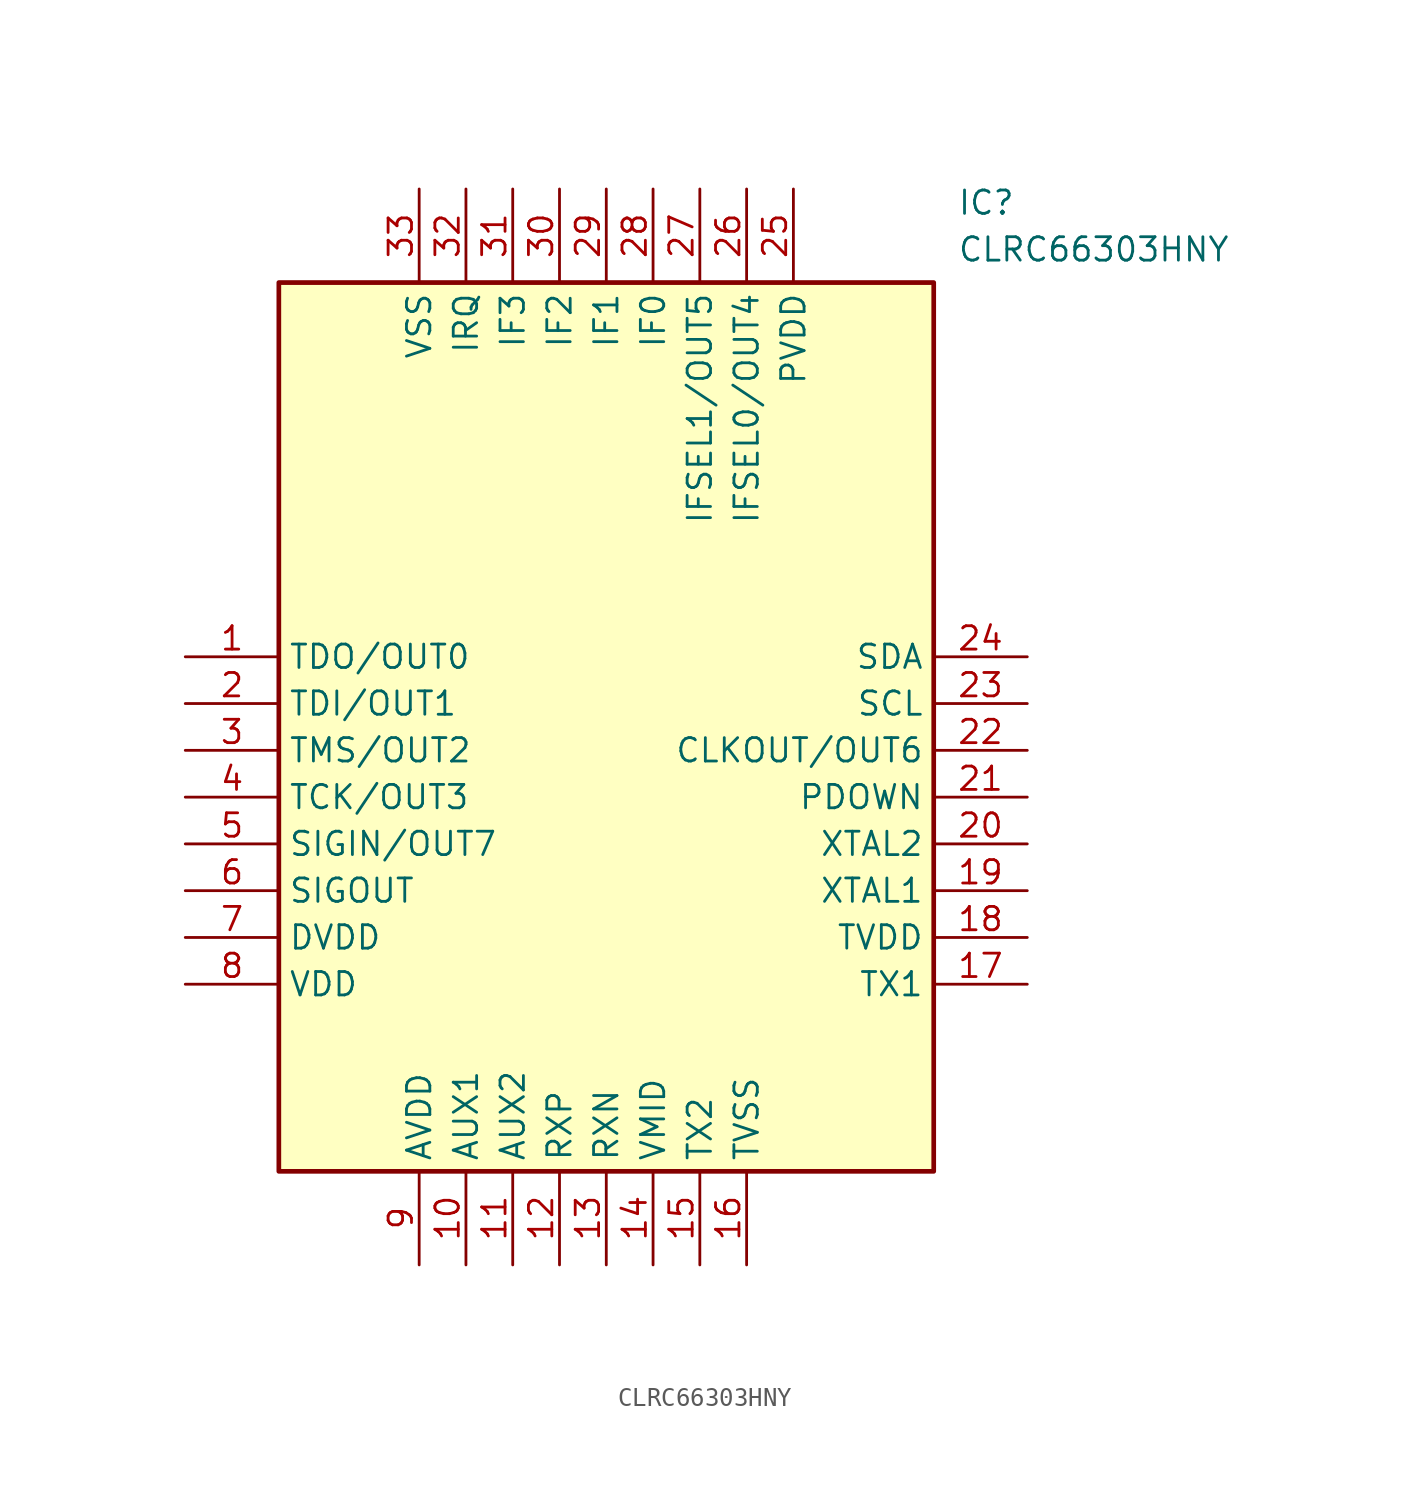
<source format=kicad_sym>
(kicad_symbol_lib
  (version 20211014)
  (generator SamacSys_ECAD_Model)
  (symbol "CLRC66303HNY"
    (property "Reference" "IC"
      (at 41.91 25.4 0)
      (effects (font (size 1.27 1.27)) (justify left top)))
    (property "Value" "CLRC66303HNY"
      (at 41.91 22.86 0)
      (effects (font (size 1.27 1.27)) (justify left top)))
    (rectangle
      (start 5.08 20.32)
      (end 40.64 -27.94)
      (stroke (width 0.254) (type default))
      (fill (type background)))
    (pin output line
      (at 0 0 0)
      (length 5.08)
      (name "TDO/OUT0" (effects (font (size 1.27 1.27))))
      (number "1" (effects (font (size 1.27 1.27)))))
    (pin input line
      (at 0 -2.54 0)
      (length 5.08)
      (name "TDI/OUT1" (effects (font (size 1.27 1.27))))
      (number "2" (effects (font (size 1.27 1.27)))))
    (pin input line
      (at 0 -5.08 0)
      (length 5.08)
      (name "TMS/OUT2" (effects (font (size 1.27 1.27))))
      (number "3" (effects (font (size 1.27 1.27)))))
    (pin input line
      (at 0 -7.62 0)
      (length 5.08)
      (name "TCK/OUT3" (effects (font (size 1.27 1.27))))
      (number "4" (effects (font (size 1.27 1.27)))))
    (pin bidirectional line
      (at 0 -10.16 0)
      (length 5.08)
      (name "SIGIN/OUT7" (effects (font (size 1.27 1.27))))
      (number "5" (effects (font (size 1.27 1.27)))))
    (pin output line
      (at 0 -12.7 0)
      (length 5.08)
      (name "SIGOUT" (effects (font (size 1.27 1.27))))
      (number "6" (effects (font (size 1.27 1.27)))))
    (pin power_in line
      (at 0 -15.24 0)
      (length 5.08)
      (name "DVDD" (effects (font (size 1.27 1.27))))
      (number "7" (effects (font (size 1.27 1.27)))))
    (pin power_in line
      (at 0 -17.78 0)
      (length 5.08)
      (name "VDD" (effects (font (size 1.27 1.27))))
      (number "8" (effects (font (size 1.27 1.27)))))
    (pin power_in line
      (at 12.7 -33.02 90)
      (length 5.08)
      (name "AVDD" (effects (font (size 1.27 1.27))))
      (number "9" (effects (font (size 1.27 1.27)))))
    (pin output line
      (at 15.24 -33.02 90)
      (length 5.08)
      (name "AUX1" (effects (font (size 1.27 1.27))))
      (number "10" (effects (font (size 1.27 1.27)))))
    (pin output line
      (at 17.78 -33.02 90)
      (length 5.08)
      (name "AUX2" (effects (font (size 1.27 1.27))))
      (number "11" (effects (font (size 1.27 1.27)))))
    (pin input line
      (at 20.32 -33.02 90)
      (length 5.08)
      (name "RXP" (effects (font (size 1.27 1.27))))
      (number "12" (effects (font (size 1.27 1.27)))))
    (pin input line
      (at 22.86 -33.02 90)
      (length 5.08)
      (name "RXN" (effects (font (size 1.27 1.27))))
      (number "13" (effects (font (size 1.27 1.27)))))
    (pin power_in line
      (at 25.4 -33.02 90)
      (length 5.08)
      (name "VMID" (effects (font (size 1.27 1.27))))
      (number "14" (effects (font (size 1.27 1.27)))))
    (pin output line
      (at 27.94 -33.02 90)
      (length 5.08)
      (name "TX2" (effects (font (size 1.27 1.27))))
      (number "15" (effects (font (size 1.27 1.27)))))
    (pin power_in line
      (at 30.48 -33.02 90)
      (length 5.08)
      (name "TVSS" (effects (font (size 1.27 1.27))))
      (number "16" (effects (font (size 1.27 1.27)))))
    (pin bidirectional line
      (at 45.72 0 180)
      (length 5.08)
      (name "SDA" (effects (font (size 1.27 1.27))))
      (number "24" (effects (font (size 1.27 1.27)))))
    (pin output line
      (at 45.72 -2.54 180)
      (length 5.08)
      (name "SCL" (effects (font (size 1.27 1.27))))
      (number "23" (effects (font (size 1.27 1.27)))))
    (pin output line
      (at 45.72 -5.08 180)
      (length 5.08)
      (name "CLKOUT/OUT6" (effects (font (size 1.27 1.27))))
      (number "22" (effects (font (size 1.27 1.27)))))
    (pin input line
      (at 45.72 -7.62 180)
      (length 5.08)
      (name "PDOWN" (effects (font (size 1.27 1.27))))
      (number "21" (effects (font (size 1.27 1.27)))))
    (pin input line
      (at 45.72 -10.16 180)
      (length 5.08)
      (name "XTAL2" (effects (font (size 1.27 1.27))))
      (number "20" (effects (font (size 1.27 1.27)))))
    (pin input line
      (at 45.72 -12.7 180)
      (length 5.08)
      (name "XTAL1" (effects (font (size 1.27 1.27))))
      (number "19" (effects (font (size 1.27 1.27)))))
    (pin power_in line
      (at 45.72 -15.24 180)
      (length 5.08)
      (name "TVDD" (effects (font (size 1.27 1.27))))
      (number "18" (effects (font (size 1.27 1.27)))))
    (pin output line
      (at 45.72 -17.78 180)
      (length 5.08)
      (name "TX1" (effects (font (size 1.27 1.27))))
      (number "17" (effects (font (size 1.27 1.27)))))
    (pin power_in line
      (at 12.7 25.4 270)
      (length 5.08)
      (name "VSS" (effects (font (size 1.27 1.27))))
      (number "33" (effects (font (size 1.27 1.27)))))
    (pin output line
      (at 15.24 25.4 270)
      (length 5.08)
      (name "IRQ" (effects (font (size 1.27 1.27))))
      (number "32" (effects (font (size 1.27 1.27)))))
    (pin bidirectional line
      (at 17.78 25.4 270)
      (length 5.08)
      (name "IF3" (effects (font (size 1.27 1.27))))
      (number "31" (effects (font (size 1.27 1.27)))))
    (pin bidirectional line
      (at 20.32 25.4 270)
      (length 5.08)
      (name "IF2" (effects (font (size 1.27 1.27))))
      (number "30" (effects (font (size 1.27 1.27)))))
    (pin bidirectional line
      (at 22.86 25.4 270)
      (length 5.08)
      (name "IF1" (effects (font (size 1.27 1.27))))
      (number "29" (effects (font (size 1.27 1.27)))))
    (pin bidirectional line
      (at 25.4 25.4 270)
      (length 5.08)
      (name "IF0" (effects (font (size 1.27 1.27))))
      (number "28" (effects (font (size 1.27 1.27)))))
    (pin input line
      (at 27.94 25.4 270)
      (length 5.08)
      (name "IFSEL1/OUT5" (effects (font (size 1.27 1.27))))
      (number "27" (effects (font (size 1.27 1.27)))))
    (pin input line
      (at 30.48 25.4 270)
      (length 5.08)
      (name "IFSEL0/OUT4" (effects (font (size 1.27 1.27))))
      (number "26" (effects (font (size 1.27 1.27)))))
    (pin power_in line
      (at 33.02 25.4 270)
      (length 5.08)
      (name "PVDD" (effects (font (size 1.27 1.27))))
      (number "25" (effects (font (size 1.27 1.27)))))))
</source>
